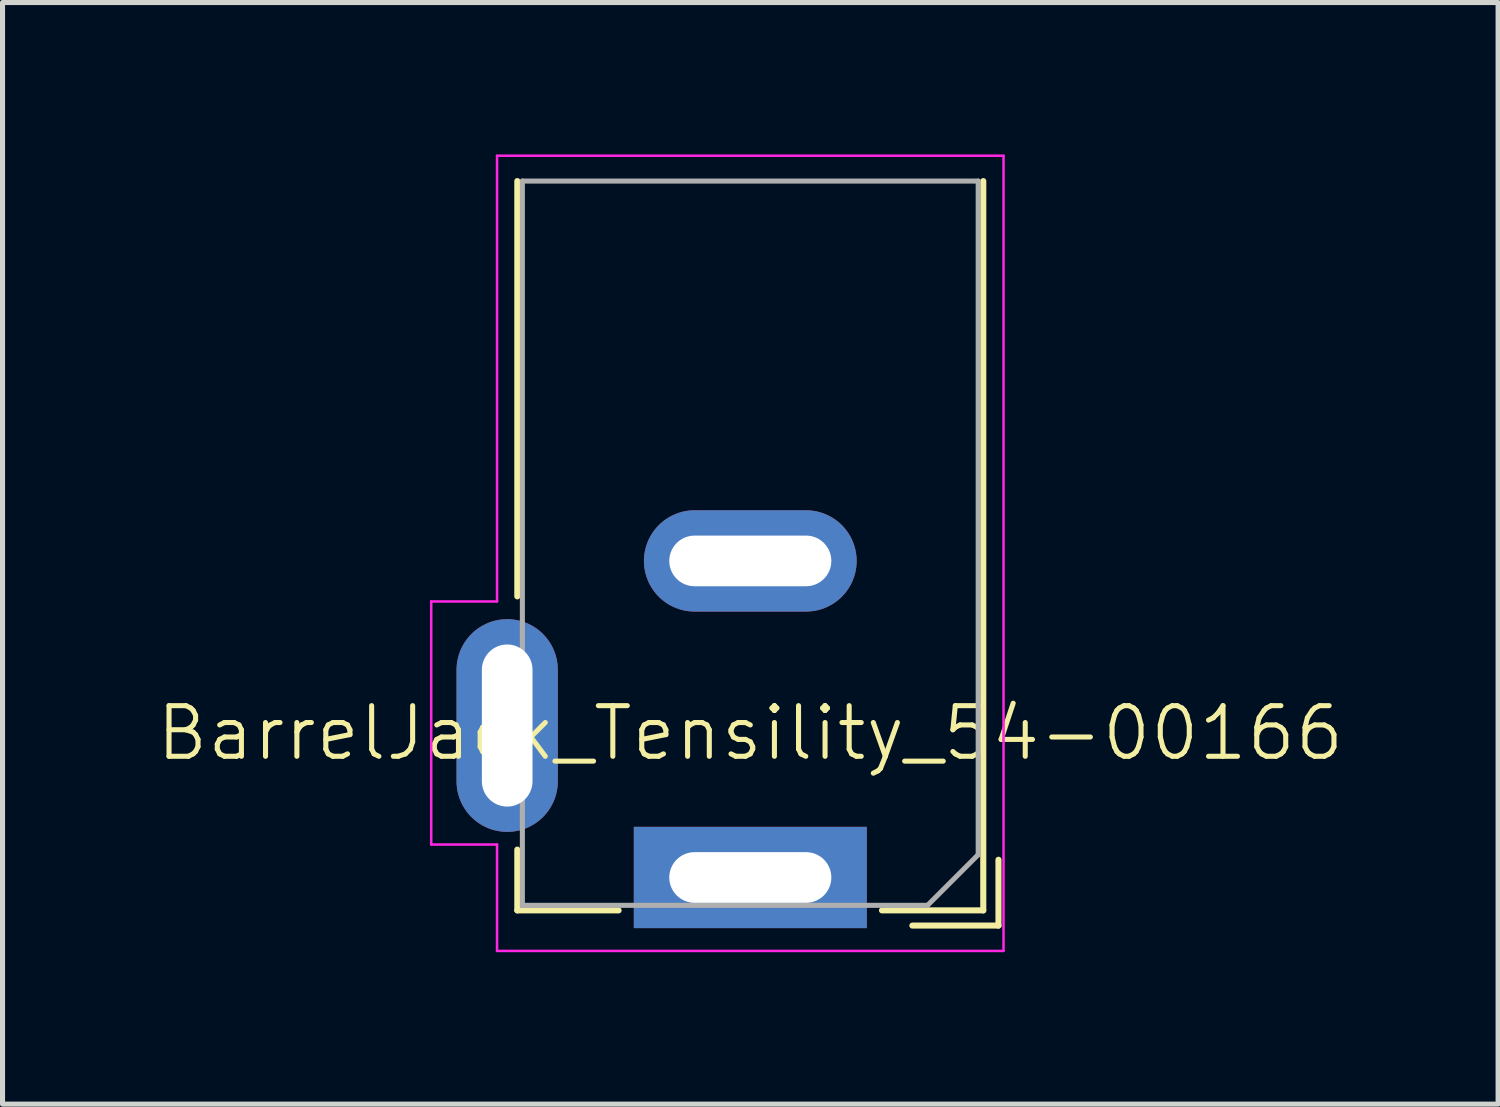
<source format=kicad_pcb>
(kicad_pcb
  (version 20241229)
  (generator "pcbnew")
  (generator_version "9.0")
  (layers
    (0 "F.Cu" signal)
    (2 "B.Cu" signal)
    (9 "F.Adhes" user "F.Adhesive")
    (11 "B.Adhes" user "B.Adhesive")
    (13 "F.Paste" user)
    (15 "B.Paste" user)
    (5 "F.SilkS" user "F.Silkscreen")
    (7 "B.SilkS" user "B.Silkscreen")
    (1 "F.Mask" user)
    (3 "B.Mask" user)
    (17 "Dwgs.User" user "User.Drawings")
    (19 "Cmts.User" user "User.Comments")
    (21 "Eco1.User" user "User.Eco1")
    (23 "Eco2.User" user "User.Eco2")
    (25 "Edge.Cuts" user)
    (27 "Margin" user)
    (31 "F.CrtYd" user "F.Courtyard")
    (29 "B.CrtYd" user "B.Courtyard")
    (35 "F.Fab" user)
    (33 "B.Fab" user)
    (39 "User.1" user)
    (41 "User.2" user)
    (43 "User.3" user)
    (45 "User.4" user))
  (footprint "BarrelJack_Tensility_54-00166"
    (layer "F.Cu")
    (at 11.764 0.525)
    (property "Reference" "BarrelJack_Tensility_54-00166" (at 0 10.9 0) (unlocked yes) (layer "F.SilkS") (effects (font (size 1 1) (thickness 0.1))))
    (attr through_hole)
    (fp_line (start -4.6 8.2) (end -4.6 0) (stroke (width 0.12) (type solid)) (layer "F.SilkS"))
    (fp_line (start -4.6 14.4) (end -4.6 13.2) (stroke (width 0.12) (type solid)) (layer "F.SilkS"))
    (fp_line (start -2.6 14.4) (end -4.6 14.4) (stroke (width 0.12) (type solid)) (layer "F.SilkS"))
    (fp_line (start 3.2 14.7) (end 4.9 14.7) (stroke (width 0.12) (type solid)) (layer "F.SilkS"))
    (fp_line (start 4.6 0) (end 4.6 14.4) (stroke (width 0.12) (type solid)) (layer "F.SilkS"))
    (fp_line (start 4.6 14.4) (end 2.6 14.4) (stroke (width 0.12) (type solid)) (layer "F.SilkS"))
    (fp_line (start 4.9 14.7) (end 4.9 13.4) (stroke (width 0.12) (type solid)) (layer "F.SilkS"))
    (fp_line (start -6.3 8.3) (end -5 8.3) (stroke (width 0.05) (type solid)) (layer "F.CrtYd"))
    (fp_line (start -6.3 13.1) (end -6.3 8.3) (stroke (width 0.05) (type solid)) (layer "F.CrtYd"))
    (fp_line (start -6.3 13.1) (end -5 13.1) (stroke (width 0.05) (type solid)) (layer "F.CrtYd"))
    (fp_line (start -5 -0.5) (end -5 8.3) (stroke (width 0.05) (type solid)) (layer "F.CrtYd"))
    (fp_line (start -5 13.1) (end -5 15.2) (stroke (width 0.05) (type solid)) (layer "F.CrtYd"))
    (fp_line (start -5 15.2) (end 5 15.2) (stroke (width 0.05) (type solid)) (layer "F.CrtYd"))
    (fp_line (start 5 -0.5) (end -5 -0.5) (stroke (width 0.05) (type solid)) (layer "F.CrtYd"))
    (fp_line (start 5 15.2) (end 5 -0.5) (stroke (width 0.05) (type solid)) (layer "F.CrtYd"))
    (fp_line (start -4.5 0) (end 4.5 0) (stroke (width 0.1) (type solid)) (layer "F.Fab"))
    (fp_line (start -4.5 14.3) (end -4.5 0) (stroke (width 0.1) (type solid)) (layer "F.Fab"))
    (fp_line (start -4.5 14.3) (end 3.5 14.3) (stroke (width 0.1) (type solid)) (layer "F.Fab"))
    (fp_line (start 4.5 0) (end 4.5 13.3) (stroke (width 0.1) (type solid)) (layer "F.Fab"))
    (fp_line (start 4.5 13.3) (end 3.5 14.3) (stroke (width 0.1) (type solid)) (layer "F.Fab"))
    (pad "1" thru_hole rect (at 0 13.75 180) (size 4.6 2) (drill oval 3.2 1) (layers "*.Cu" "*.Mask"))
    (pad "2" thru_hole oval (at 0 7.5 180) (size 4.2 2) (drill oval 3.2 1) (layers "*.Cu" "*.Mask"))
    (pad "3" thru_hole oval (at -4.8 10.75 180) (size 2 4.2) (drill oval 1 3.2) (layers "*.Cu" "*.Mask")))
  (gr_rect
    (start -3 -3)
    (end 26.529 18.75)
    (stroke (width 0.1) (type default))
    (fill no)
    (layer "Edge.Cuts")))
</source>
